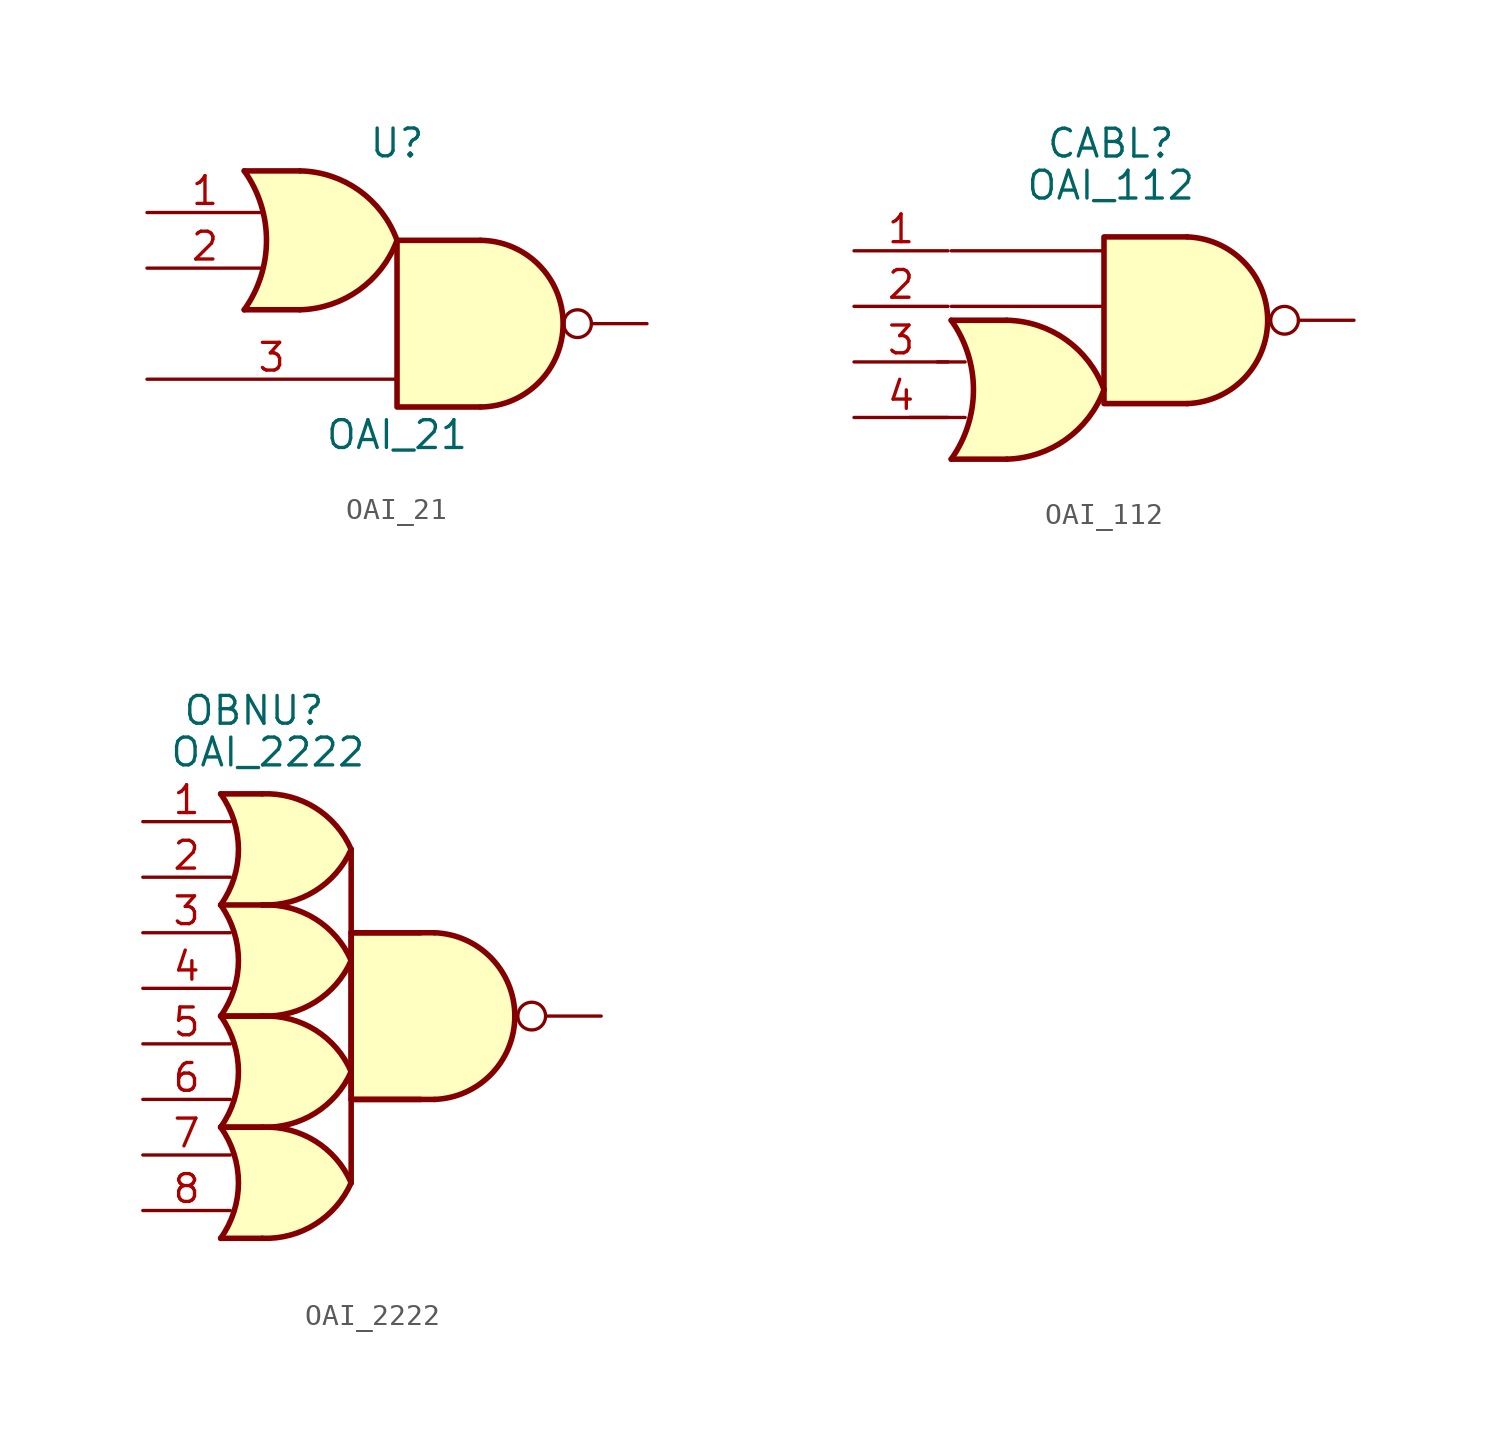
<source format=kicad_sym>
(kicad_symbol_lib
  (version 20220914)
  (generator kicad_symbol_editor)
  (symbol "OAI_21"
    (pin_names hide)
    (property "Reference" "U"
      (at 0 6.985 0)
      (effects (font (size 1.27 1.27))))
    (property "Value" "OAI_21"
      (at 0 -6.35 0)
      (effects (font (size 1.27 1.27))))
    (symbol "OAI_21_1_1"
      (arc (start -6.9841 -0.635) (mid -5.9668 2.54) (end -6.9841 5.715) (stroke (width 0.254) (type default)) (fill (type none)))
      (arc (start -4.4441 -0.635) (mid -1.734 0.2698) (end 0.0007 2.54) (stroke (width 0.254) (type default)) (fill (type background)))
      (polyline (pts (xy -6.984 -0.635) (xy -4.444 -0.635)) (stroke (width 0.254) (type default)) (fill (type background)))
      (polyline (pts (xy -6.984 5.715) (xy -4.444 5.715)) (stroke (width 0.254) (type default)) (fill (type background)))
      (polyline (pts (xy 3.811 2.54) (xy 0.001 2.54) (xy 0.001 -5.08) (xy 3.811 -5.08)) (stroke (width 0.254) (type default)) (fill (type background)))
      (polyline (pts (xy -4.444 5.715) (xy -6.959 5.69) (xy -6.552 5.029) (xy -6.247 4.318) (xy -6.095 3.658) (xy -5.943 2.946) (xy -5.943 2.134) (xy -6.044 1.422) (xy -6.349 0.559) (xy -6.603 0) (xy -6.908 -0.61) (xy -4.444 -0.635)) (stroke (width -25.4) (type default)) (fill (type background)))
      (arc (start 0.0007 2.54) (mid -1.7279 4.8188) (end -4.4441 5.715) (stroke (width 0.254) (type default)) (fill (type background)))
      (arc (start 3.8109 -5.08) (mid 7.5934 -1.27) (end 3.8109 2.54) (stroke (width 0.254) (type default)) (fill (type background)))
      (pin input line (at -11.43 3.81 0) (length 5.3) (name "~" (effects (font (size 1.27 1.27)))) (number "1" (effects (font (size 1.27 1.27)))))
      (pin input line (at -11.43 1.27 0) (length 5.3) (name "~" (effects (font (size 1.27 1.27)))) (number "2" (effects (font (size 1.27 1.27)))))
      (pin input line (at -11.43 -3.81 0) (length 11.4) (name "~" (effects (font (size 1.27 1.27)))) (number "3" (effects (font (size 1.27 1.27)))))
      (pin output inverted (at 11.43 -1.27 180) (length 3.81) (name "~" (effects (font (size 1.27 1.27)))) (number "4" (effects (font (size 0 0)))))))
  (symbol "OAI_112"
    (pin_names hide)
    (property "Reference" "CABL"
      (at 0.308 9.995 0)
      (effects (font (size 1.27 1.27))))
    (property "Value" "OAI_112"
      (at 0.308 8.074 0)
      (effects (font (size 1.27 1.27))))
    (symbol "OAI_112_0_1"
      (polyline (pts (xy -8.89 -2.54) (xy -6.35 -2.54)) (stroke (width 0) (type default)) (fill (type none)))
      (polyline (pts (xy -7.62 0) (xy -6.35 0)) (stroke (width 0) (type default)) (fill (type none)))
      (polyline (pts (xy -6.985 2.54) (xy 0 2.54)) (stroke (width 0) (type default)) (fill (type none)))
      (polyline (pts (xy -6.985 5.08) (xy 0 5.08)) (stroke (width 0) (type default)) (fill (type none))))
    (symbol "OAI_112_1_1"
      (arc (start -6.985 -4.445) (mid -5.9682 -1.27) (end -6.985 1.905) (stroke (width 0.254) (type default)) (fill (type none)))
      (arc (start -4.445 -4.445) (mid -1.7353 -3.5396) (end 0 -1.27) (stroke (width 0.254) (type default)) (fill (type background)))
      (arc (start 0 -1.27) (mid -1.7292 1.0082) (end -4.445 1.905) (stroke (width 0.254) (type default)) (fill (type background)))
      (polyline (pts (xy -6.985 -4.445) (xy -4.445 -4.445)) (stroke (width 0.254) (type default)) (fill (type background)))
      (polyline (pts (xy -6.985 1.905) (xy -4.445 1.905)) (stroke (width 0.254) (type default)) (fill (type background)))
      (polyline (pts (xy 3.81 5.715) (xy 0 5.715) (xy 0 -1.905) (xy 3.81 -1.905)) (stroke (width 0.254) (type default)) (fill (type background)))
      (polyline (pts (xy -4.445 1.905) (xy -6.985 1.905) (xy -6.604 1.27) (xy -6.096 0.127) (xy -6.223 0.508) (xy -6.35 0.889) (xy -5.969 -1.27) (xy -6.096 -2.413) (xy -6.35 -3.302) (xy -6.985 -4.445) (xy -4.445 -4.445)) (stroke (width -25.4) (type default)) (fill (type background)))
      (arc (start 3.81 -1.905) (mid 7.4818 1.905) (end 3.81 5.715) (stroke (width 0.254) (type default)) (fill (type background)))
      (pin input line (at -11.43 5.08 0) (length 4.3) (name "~" (effects (font (size 1.27 1.27)))) (number "1" (effects (font (size 1.27 1.27)))))
      (pin input line (at -11.43 2.54 0) (length 4.3) (name "~" (effects (font (size 1.27 1.27)))) (number "2" (effects (font (size 1.27 1.27)))))
      (pin input line (at -11.43 0 0) (length 4.3) (name "~" (effects (font (size 1.27 1.27)))) (number "3" (effects (font (size 1.27 1.27)))))
      (pin input line (at -11.43 -2.54 0) (length 4.3) (name "~" (effects (font (size 1.27 1.27)))) (number "4" (effects (font (size 1.27 1.27)))))
      (pin output inverted (at 11.43 1.905 180) (length 3.81) (name "~" (effects (font (size 1.27 1.27)))) (number "5" (effects (font (size 0 0)))))))
  (symbol "OAI_2222"
    (pin_names hide)
    (property "Reference" "OBNU"
      (at -2.54 13.97 0)
      (effects (font (size 1.27 1.27))))
    (property "Value" "OAI_2222"
      (at -1.905 12.065 0)
      (effects (font (size 1.27 1.27))))
    (symbol "OAI_2222_1_1"
      (arc (start -4.062 -10.16) (mid -3.2484 -7.62) (end -4.062 -5.08) (stroke (width 0.254) (type default)) (fill (type none)))
      (arc (start -4.062 -5.08) (mid -3.2484 -2.54) (end -4.062 0) (stroke (width 0.254) (type default)) (fill (type none)))
      (arc (start -4.062 0) (mid -3.2484 2.54) (end -4.062 5.08) (stroke (width 0.254) (type default)) (fill (type none)))
      (arc (start -4.0619 5.08) (mid -3.2483 7.62) (end -4.0619 10.16) (stroke (width 0.254) (type default)) (fill (type none)))
      (arc (start -2.157 -10.16) (mid 0.2637 -9.5132) (end 1.905 -7.62) (stroke (width 0.254) (type default)) (fill (type background)))
      (arc (start -2.157 -5.08) (mid 0.2637 -4.4332) (end 1.905 -2.54) (stroke (width 0.254) (type default)) (fill (type background)))
      (arc (start -2.157 0) (mid 0.2637 0.6468) (end 1.905 2.54) (stroke (width 0.254) (type default)) (fill (type background)))
      (arc (start -2.1569 5.08) (mid 0.2637 5.7268) (end 1.905 7.62) (stroke (width 0.254) (type default)) (fill (type background)))
      (polyline (pts (xy -4.062 -10.16) (xy -2.157 -10.16)) (stroke (width 0.254) (type default)) (fill (type background)))
      (polyline (pts (xy -4.062 -5.08) (xy -2.157 -5.08)) (stroke (width 0.254) (type default)) (fill (type background)))
      (polyline (pts (xy -4.062 -5.08) (xy -2.157 -5.08)) (stroke (width 0.254) (type default)) (fill (type background)))
      (polyline (pts (xy -4.062 0) (xy -2.157 0)) (stroke (width 0.254) (type default)) (fill (type background)))
      (polyline (pts (xy -4.062 0) (xy -2.157 0)) (stroke (width 0.254) (type default)) (fill (type background)))
      (polyline (pts (xy -4.062 5.08) (xy -2.157 5.08)) (stroke (width 0.254) (type default)) (fill (type background)))
      (polyline (pts (xy -4.062 10.16) (xy -2.157 10.16)) (stroke (width 0.254) (type default)) (fill (type background)))
      (polyline (pts (xy 1.905 -3.81) (xy 5.08 -3.81)) (stroke (width 0.254) (type default)) (fill (type background)))
      (polyline (pts (xy 1.905 3.81) (xy 5.08 3.81)) (stroke (width 0.254) (type default)) (fill (type background)))
      (polyline (pts (xy 1.905 7.62) (xy 1.905 -7.62)) (stroke (width 0.254) (type default)) (fill (type background)))
      (polyline (pts (xy 5.715 3.81) (xy 1.905 3.81) (xy 1.905 -3.81) (xy 5.715 -3.81)) (stroke (width 0.254) (type default)) (fill (type background)))
      (polyline (pts (xy 5.08 3.81) (xy 1.905 3.81) (xy 1.905 3.81) (xy 1.905 0.635) (xy 1.905 -3.81) (xy 1.905 -3.81) (xy 5.08 -3.81)) (stroke (width -25.4) (type default)) (fill (type background)))
      (polyline (pts (xy -1.903 -5.08) (xy -4.062 -5.08) (xy -3.554 -5.969) (xy -3.3 -6.858) (xy -3.3 -7.62) (xy -3.3 -8.382) (xy -3.554 -9.271) (xy -4.062 -10.16) (xy -1.903 -10.16)) (stroke (width -25.4) (type default)) (fill (type background)))
      (polyline (pts (xy -1.903 0) (xy -4.062 0) (xy -3.554 -0.889) (xy -3.3 -1.778) (xy -3.3 -2.54) (xy -3.3 -3.302) (xy -3.554 -4.191) (xy -4.062 -5.08) (xy -1.903 -5.08)) (stroke (width -25.4) (type default)) (fill (type background)))
      (polyline (pts (xy -1.903 5.08) (xy -4.062 5.08) (xy -3.554 4.191) (xy -3.3 3.302) (xy -3.3 2.54) (xy -3.3 1.778) (xy -3.554 0.889) (xy -4.062 0) (xy -1.903 0)) (stroke (width -25.4) (type default)) (fill (type background)))
      (polyline (pts (xy -1.903 10.16) (xy -4.062 10.16) (xy -3.554 9.271) (xy -3.3 8.382) (xy -3.3 7.62) (xy -3.3 6.858) (xy -3.554 5.969) (xy -4.062 5.08) (xy -1.903 5.08)) (stroke (width -25.4) (type default)) (fill (type background)))
      (arc (start 1.905 -7.62) (mid 0.2685 -5.7192) (end -2.157 -5.08) (stroke (width 0.254) (type default)) (fill (type background)))
      (arc (start 1.905 -2.54) (mid 0.2685 -0.6391) (end -2.157 0) (stroke (width 0.254) (type default)) (fill (type background)))
      (arc (start 1.905 2.54) (mid 0.2685 4.4409) (end -2.157 5.08) (stroke (width 0.254) (type default)) (fill (type background)))
      (arc (start 1.905 7.62) (mid 0.2685 9.5208) (end -2.1569 10.16) (stroke (width 0.254) (type default)) (fill (type background)))
      (arc (start 5.715 -3.81) (mid 9.3868 0) (end 5.715 3.81) (stroke (width 0.254) (type default)) (fill (type background)))
      (pin input line (at -7.62 8.89 0) (length 4) (name "~" (effects (font (size 1.27 1.27)))) (number "1" (effects (font (size 1.27 1.27)))))
      (pin input line (at -7.62 6.35 0) (length 4) (name "~" (effects (font (size 1.27 1.27)))) (number "2" (effects (font (size 1.27 1.27)))))
      (pin input line (at -7.62 3.81 0) (length 4) (name "~" (effects (font (size 1.27 1.27)))) (number "3" (effects (font (size 1.27 1.27)))))
      (pin input line (at -7.62 1.27 0) (length 4) (name "~" (effects (font (size 1.27 1.27)))) (number "4" (effects (font (size 1.27 1.27)))))
      (pin input line (at -7.62 -1.27 0) (length 4) (name "~" (effects (font (size 1.27 1.27)))) (number "5" (effects (font (size 1.27 1.27)))))
      (pin output inverted (at 13.335 0 180) (length 3.81) (name "~" (effects (font (size 1.27 1.27)))) (number "5" (effects (font (size 0 0)))))
      (pin input line (at -7.62 -3.81 0) (length 4) (name "~" (effects (font (size 1.27 1.27)))) (number "6" (effects (font (size 1.27 1.27)))))
      (pin input line (at -7.62 -6.35 0) (length 4) (name "~" (effects (font (size 1.27 1.27)))) (number "7" (effects (font (size 1.27 1.27)))))
      (pin input line (at -7.62 -8.89 0) (length 4) (name "~" (effects (font (size 1.27 1.27)))) (number "8" (effects (font (size 1.27 1.27))))))))
</source>
